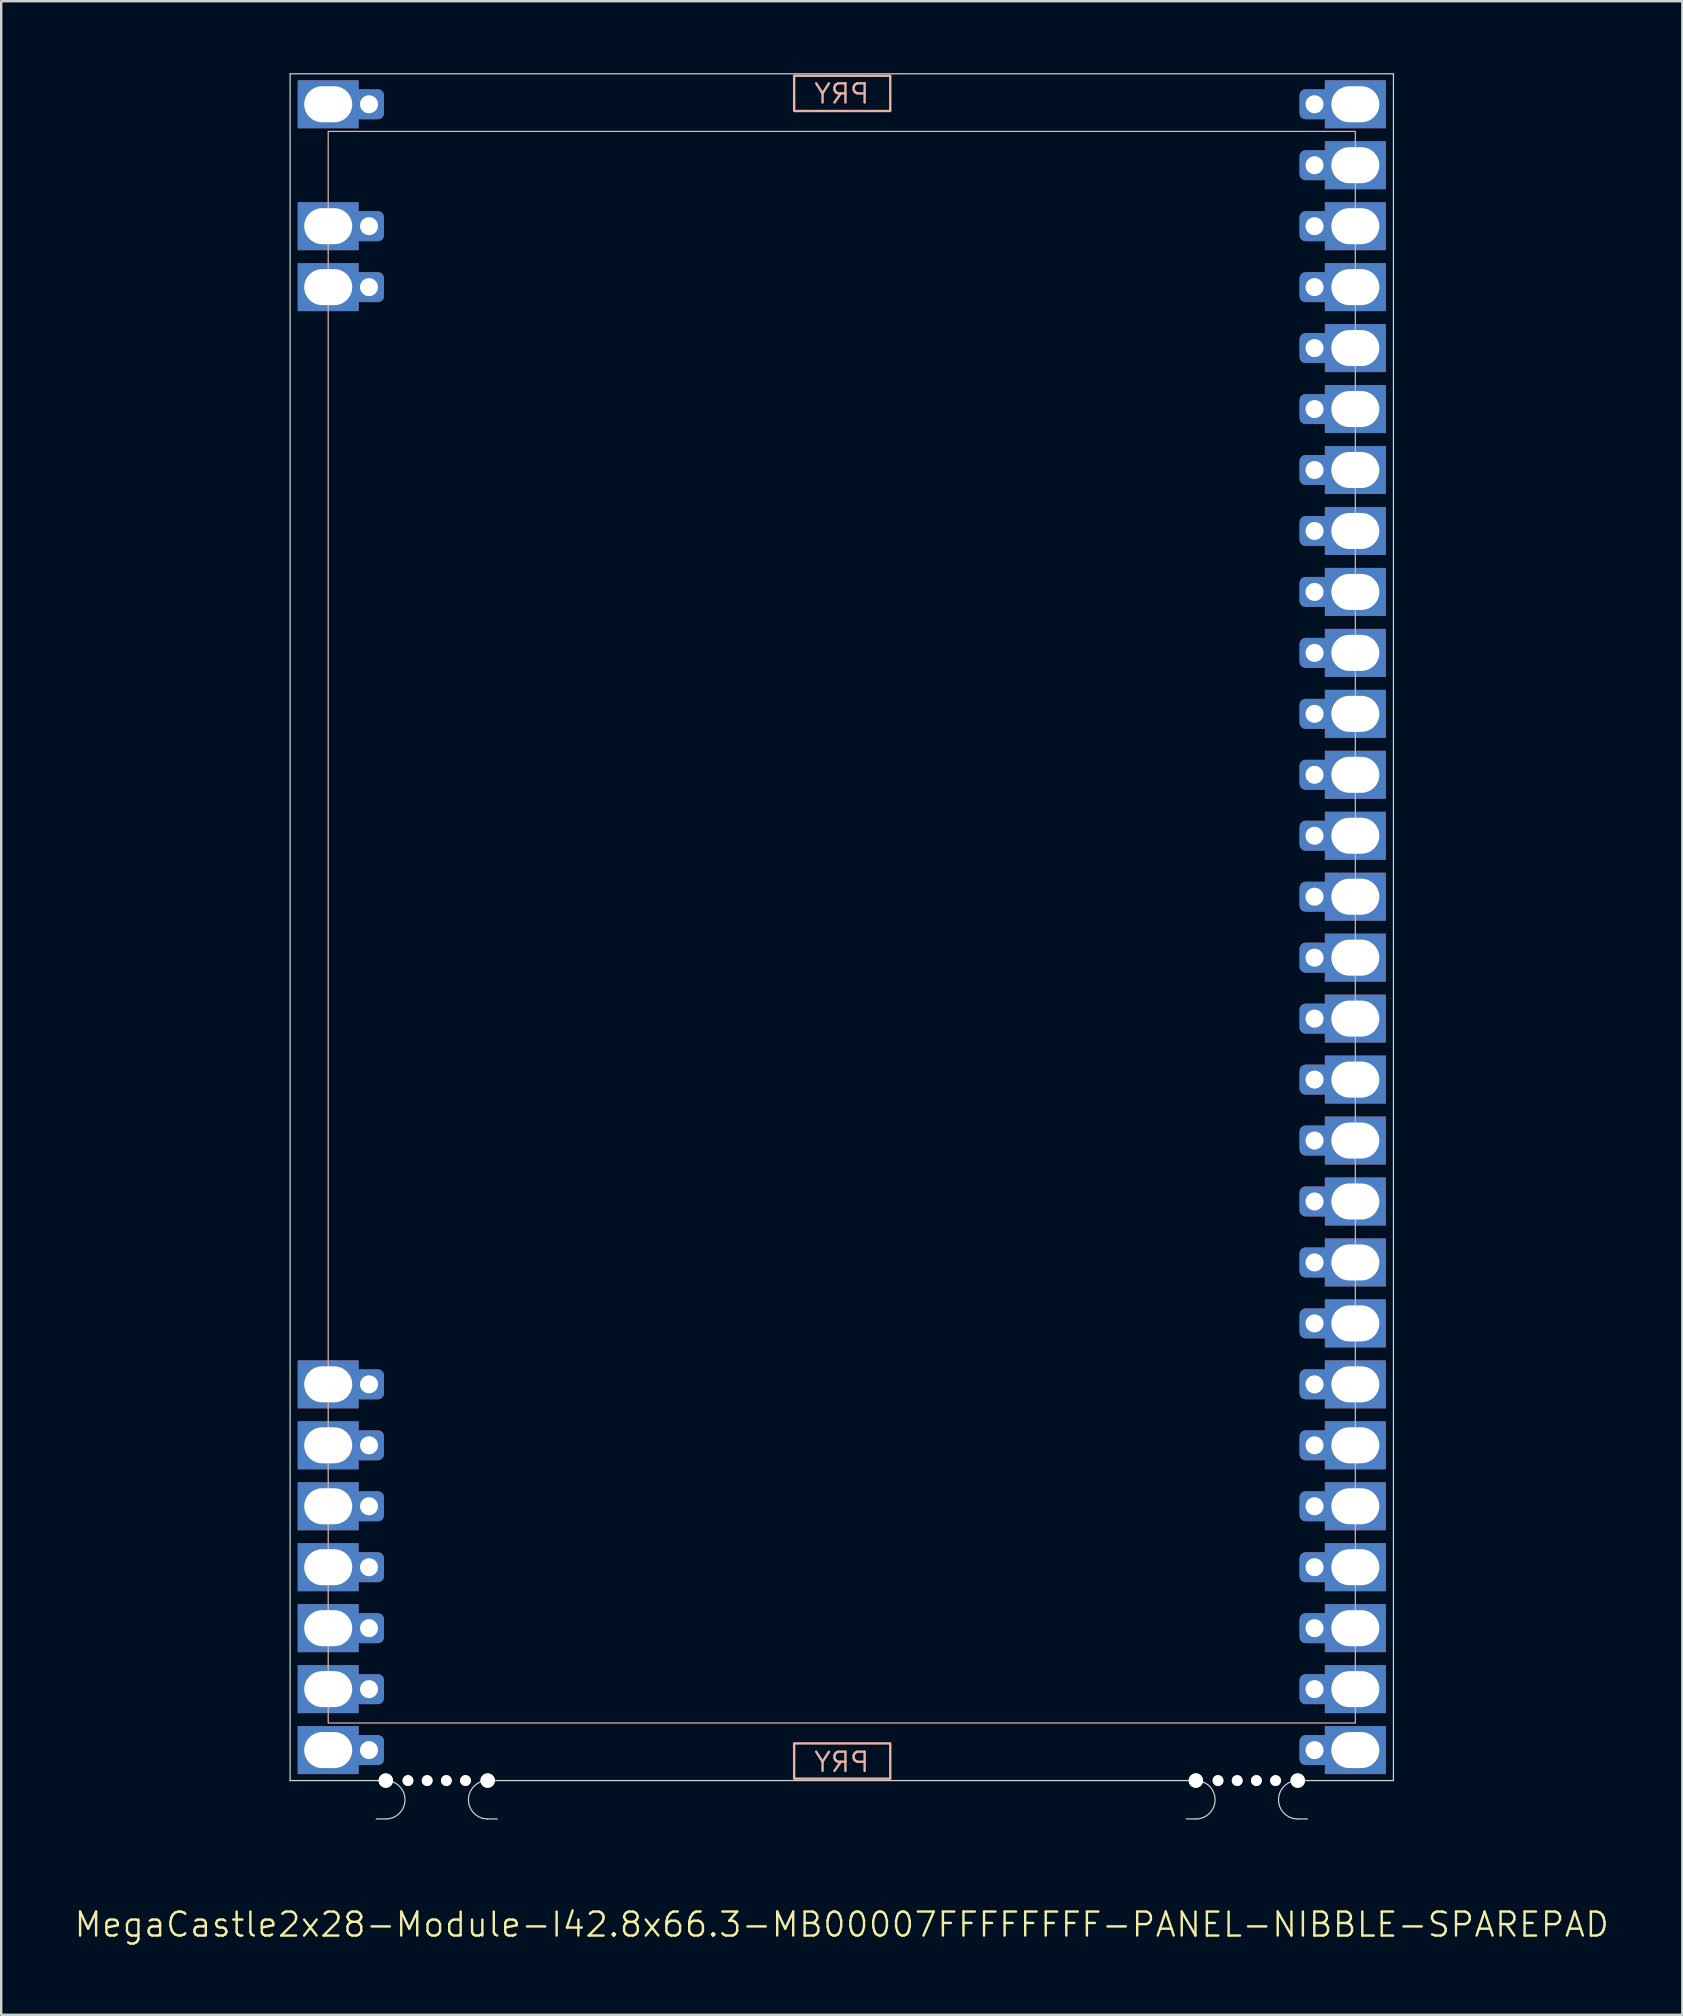
<source format=kicad_pcb>
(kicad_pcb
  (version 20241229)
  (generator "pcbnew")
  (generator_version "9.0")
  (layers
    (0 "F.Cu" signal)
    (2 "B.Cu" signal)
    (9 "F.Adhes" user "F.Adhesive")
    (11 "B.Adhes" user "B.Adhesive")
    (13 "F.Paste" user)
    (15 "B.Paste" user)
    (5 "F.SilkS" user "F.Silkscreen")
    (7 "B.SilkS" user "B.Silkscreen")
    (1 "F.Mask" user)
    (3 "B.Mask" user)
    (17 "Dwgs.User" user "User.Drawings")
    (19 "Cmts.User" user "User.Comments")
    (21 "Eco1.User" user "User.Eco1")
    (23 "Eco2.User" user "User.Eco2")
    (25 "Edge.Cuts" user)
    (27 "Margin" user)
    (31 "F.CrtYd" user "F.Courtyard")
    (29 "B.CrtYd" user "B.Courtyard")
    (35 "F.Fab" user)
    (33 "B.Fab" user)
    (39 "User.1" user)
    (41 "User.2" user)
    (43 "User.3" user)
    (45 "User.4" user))
  (footprint "MegaCastle2x28-Module-I42.8x66.3-MB00007FFFFFFFF-PANEL-NIBBLE-SPAREPAD"
    (layer "F.Cu")
    (at 32.026 35.585)
    (property "Reference" "MegaCastle2x28-Module-I42.8x66.3-MB00007FFFFFFFF-PANEL-NIBBLE-SPAREPAD" (at 0 41.56 0) (unlocked yes) (layer "F.SilkS") (effects (font (size 1 1) (thickness 0.1))))
    (attr smd)
    (fp_rect (start -21.4 33.16) (end 21.4 -33.16) (stroke (width 0.05) (type default)) (fill no) (layer "B.SilkS"))
    (fp_rect (start -1.984 -34.011) (end 2.02 -35.48) (stroke (width 0.1) (type default)) (fill no) (layer "B.SilkS"))
    (fp_rect (start -1.984 34.011) (end 2.02 35.48) (stroke (width 0.1) (type default)) (fill no) (layer "B.SilkS"))
    (fp_line (start -22.987 -35.56) (end -22.987 35.56) (stroke (width 0.05) (type default)) (layer "Edge.Cuts"))
    (fp_line (start -22.987 -35.56) (end 22.987 -35.56) (stroke (width 0.05) (type default)) (layer "Edge.Cuts"))
    (fp_line (start -22.987 35.56) (end -19.4 35.56) (stroke (width 0.05) (type default)) (layer "Edge.Cuts"))
    (fp_line (start -19.4 35.56) (end -19 35.56) (stroke (width 0.05) (type default)) (layer "Edge.Cuts"))
    (fp_line (start -19.4 37.16) (end -19 37.16) (stroke (width 0.05) (type default)) (layer "Edge.Cuts"))
    (fp_line (start -14.355 35.56) (end -14.755 35.56) (stroke (width 0.05) (type default)) (layer "Edge.Cuts"))
    (fp_line (start -14.355 35.56) (end 14.355 35.56) (stroke (width 0.05) (type default)) (layer "Edge.Cuts"))
    (fp_line (start -14.355 37.16) (end -14.755 37.16) (stroke (width 0.05) (type default)) (layer "Edge.Cuts"))
    (fp_line (start 14.355 35.56) (end 14.755 35.56) (stroke (width 0.05) (type default)) (layer "Edge.Cuts"))
    (fp_line (start 14.355 37.16) (end 14.755 37.16) (stroke (width 0.05) (type default)) (layer "Edge.Cuts"))
    (fp_line (start 19.4 35.56) (end 19 35.56) (stroke (width 0.05) (type default)) (layer "Edge.Cuts"))
    (fp_line (start 19.4 35.56) (end 22.987 35.56) (stroke (width 0.05) (type default)) (layer "Edge.Cuts"))
    (fp_line (start 19.4 37.16) (end 19 37.16) (stroke (width 0.05) (type default)) (layer "Edge.Cuts"))
    (fp_line (start 22.987 -35.56) (end 22.987 35.56) (stroke (width 0.05) (type default)) (layer "Edge.Cuts"))
    (fp_arc (start -19 35.560001) (mid -18.199999 36.360001) (end -19 37.16) (stroke (width 0.05) (type default)) (layer "Edge.Cuts"))
    (fp_arc (start -14.754999 37.16) (mid -15.554999 36.360001) (end -14.754999 35.560001) (stroke (width 0.05) (type default)) (layer "Edge.Cuts"))
    (fp_arc (start 14.754997 35.560001) (mid 15.554997 36.360001) (end 14.754997 37.16) (stroke (width 0.05) (type default)) (layer "Edge.Cuts"))
    (fp_arc (start 18.999998 37.16) (mid 18.2 36.36) (end 18.999998 35.560001) (stroke (width 0.05) (type default)) (layer "Edge.Cuts"))
    (fp_text user "PRY" (at 0 35.26 0) (unlocked yes) (layer "B.SilkS") (effects (font (size 0.8 0.8) (thickness 0.1)) (justify bottom mirror)))
    (fp_text user "PRY" (at 0 -34.26 0) (unlocked yes) (layer "B.SilkS") (effects (font (size 0.8 0.8) (thickness 0.1)) (justify bottom mirror)))
    (pad "" np_thru_hole circle (at -19 35.56) (size 0.6 0.6) (drill 0.6) (layers "*.Cu" "Edge.Cuts"))
    (pad "" np_thru_hole circle (at -18.077 35.56) (size 0.45 0.45) (drill 0.45) (layers "*.Cu" "Edge.Cuts"))
    (pad "" np_thru_hole circle (at -17.277 35.56) (size 0.45 0.45) (drill 0.45) (layers "*.Cu" "Edge.Cuts"))
    (pad "" np_thru_hole circle (at -16.477 35.56) (size 0.45 0.45) (drill 0.45) (layers "*.Cu" "Edge.Cuts"))
    (pad "" np_thru_hole circle (at -15.678 35.56) (size 0.45 0.45) (drill 0.45) (layers "*.Cu" "Edge.Cuts"))
    (pad "" np_thru_hole circle (at -14.755 35.56) (size 0.6 0.6) (drill 0.6) (layers "*.Cu" "Edge.Cuts"))
    (pad "" np_thru_hole circle (at 14.755 35.56) (size 0.6 0.6) (drill 0.6) (layers "*.Cu" "Edge.Cuts"))
    (pad "" np_thru_hole circle (at 15.677 35.56) (size 0.45 0.45) (drill 0.45) (layers "*.Cu" "Edge.Cuts"))
    (pad "" np_thru_hole circle (at 16.477 35.56) (size 0.45 0.45) (drill 0.45) (layers "*.Cu" "Edge.Cuts"))
    (pad "" np_thru_hole circle (at 17.277 35.56) (size 0.45 0.45) (drill 0.45) (layers "*.Cu" "Edge.Cuts"))
    (pad "" np_thru_hole circle (at 18.077 35.56) (size 0.45 0.45) (drill 0.45) (layers "*.Cu" "Edge.Cuts"))
    (pad "" np_thru_hole circle (at 19 35.56) (size 0.6 0.6) (drill 0.6) (layers "*.Cu" "Edge.Cuts"))
    (pad "1" thru_hole rect (at -21.4 -34.29) (size 2.54 2) (drill oval 2 1.5) (property pad_prop_castellated) (layers "*.Cu" "*.Mask"))
    (pad "1" thru_hole roundrect (at -19.7 -34.29 180) (size 1.25 1.25) (drill 0.75) (layers "*.Cu" "*.Mask") (roundrect_rratio 0.2))
    (pad "3" thru_hole rect (at -21.4 -29.21) (size 2.54 2) (drill oval 2 1.5) (property pad_prop_castellated) (layers "*.Cu" "*.Mask"))
    (pad "3" thru_hole roundrect (at -19.7 -29.21 180) (size 1.25 1.25) (drill 0.75) (layers "*.Cu" "*.Mask") (roundrect_rratio 0.2))
    (pad "4" thru_hole rect (at -21.4 -26.67) (size 2.54 2) (drill oval 2 1.5) (property pad_prop_castellated) (layers "*.Cu" "*.Mask"))
    (pad "4" thru_hole roundrect (at -19.7 -26.67 180) (size 1.25 1.25) (drill 0.75) (layers "*.Cu" "*.Mask") (roundrect_rratio 0.2))
    (pad "22" thru_hole rect (at -21.4 19.05) (size 2.54 2) (drill oval 2 1.5) (property pad_prop_castellated) (layers "*.Cu" "*.Mask"))
    (pad "22" thru_hole roundrect (at -19.7 19.05 180) (size 1.25 1.25) (drill 0.75) (layers "*.Cu" "*.Mask") (roundrect_rratio 0.2))
    (pad "23" thru_hole rect (at -21.4 21.59) (size 2.54 2) (drill oval 2 1.5) (property pad_prop_castellated) (layers "*.Cu" "*.Mask"))
    (pad "23" thru_hole roundrect (at -19.7 21.59 180) (size 1.25 1.25) (drill 0.75) (layers "*.Cu" "*.Mask") (roundrect_rratio 0.2))
    (pad "24" thru_hole rect (at -21.4 24.13) (size 2.54 2) (drill oval 2 1.5) (property pad_prop_castellated) (layers "*.Cu" "*.Mask"))
    (pad "24" thru_hole roundrect (at -19.7 24.13 180) (size 1.25 1.25) (drill 0.75) (layers "*.Cu" "*.Mask") (roundrect_rratio 0.2))
    (pad "25" thru_hole rect (at -21.4 26.67) (size 2.54 2) (drill oval 2 1.5) (property pad_prop_castellated) (layers "*.Cu" "*.Mask"))
    (pad "25" thru_hole roundrect (at -19.7 26.67 180) (size 1.25 1.25) (drill 0.75) (layers "*.Cu" "*.Mask") (roundrect_rratio 0.2))
    (pad "26" thru_hole rect (at -21.4 29.21) (size 2.54 2) (drill oval 2 1.5) (property pad_prop_castellated) (layers "*.Cu" "*.Mask"))
    (pad "26" thru_hole roundrect (at -19.7 29.21 180) (size 1.25 1.25) (drill 0.75) (layers "*.Cu" "*.Mask") (roundrect_rratio 0.2))
    (pad "27" thru_hole rect (at -21.4 31.75) (size 2.54 2) (drill oval 2 1.5) (property pad_prop_castellated) (layers "*.Cu" "*.Mask"))
    (pad "27" thru_hole roundrect (at -19.7 31.75 180) (size 1.25 1.25) (drill 0.75) (layers "*.Cu" "*.Mask") (roundrect_rratio 0.2))
    (pad "28" thru_hole rect (at -21.4 34.29) (size 2.54 2) (drill oval 2 1.5) (property pad_prop_castellated) (layers "*.Cu" "*.Mask"))
    (pad "28" thru_hole roundrect (at -19.7 34.29 180) (size 1.25 1.25) (drill 0.75) (layers "*.Cu" "*.Mask") (roundrect_rratio 0.2))
    (pad "29" thru_hole roundrect (at 19.7 -34.29 180) (size 1.25 1.25) (drill 0.75) (layers "*.Cu" "*.Mask") (roundrect_rratio 0.2))
    (pad "29" thru_hole rect (at 21.4 -34.29) (size 2.54 2) (drill oval 2 1.5) (property pad_prop_castellated) (layers "*.Cu" "*.Mask"))
    (pad "30" thru_hole roundrect (at 19.7 -31.75 180) (size 1.25 1.25) (drill 0.75) (layers "*.Cu" "*.Mask") (roundrect_rratio 0.2))
    (pad "30" thru_hole rect (at 21.4 -31.75) (size 2.54 2) (drill oval 2 1.5) (property pad_prop_castellated) (layers "*.Cu" "*.Mask"))
    (pad "31" thru_hole roundrect (at 19.7 -29.21 180) (size 1.25 1.25) (drill 0.75) (layers "*.Cu" "*.Mask") (roundrect_rratio 0.2))
    (pad "31" thru_hole rect (at 21.4 -29.21) (size 2.54 2) (drill oval 2 1.5) (property pad_prop_castellated) (layers "*.Cu" "*.Mask"))
    (pad "32" thru_hole roundrect (at 19.7 -26.67 180) (size 1.25 1.25) (drill 0.75) (layers "*.Cu" "*.Mask") (roundrect_rratio 0.2))
    (pad "32" thru_hole rect (at 21.4 -26.67) (size 2.54 2) (drill oval 2 1.5) (property pad_prop_castellated) (layers "*.Cu" "*.Mask"))
    (pad "33" thru_hole roundrect (at 19.7 -24.13 180) (size 1.25 1.25) (drill 0.75) (layers "*.Cu" "*.Mask") (roundrect_rratio 0.2))
    (pad "33" thru_hole rect (at 21.4 -24.13) (size 2.54 2) (drill oval 2 1.5) (property pad_prop_castellated) (layers "*.Cu" "*.Mask"))
    (pad "34" thru_hole roundrect (at 19.7 -21.59 180) (size 1.25 1.25) (drill 0.75) (layers "*.Cu" "*.Mask") (roundrect_rratio 0.2))
    (pad "34" thru_hole rect (at 21.4 -21.59) (size 2.54 2) (drill oval 2 1.5) (property pad_prop_castellated) (layers "*.Cu" "*.Mask"))
    (pad "35" thru_hole roundrect (at 19.7 -19.05 180) (size 1.25 1.25) (drill 0.75) (layers "*.Cu" "*.Mask") (roundrect_rratio 0.2))
    (pad "35" thru_hole rect (at 21.4 -19.05) (size 2.54 2) (drill oval 2 1.5) (property pad_prop_castellated) (layers "*.Cu" "*.Mask"))
    (pad "36" thru_hole roundrect (at 19.7 -16.51 180) (size 1.25 1.25) (drill 0.75) (layers "*.Cu" "*.Mask") (roundrect_rratio 0.2))
    (pad "36" thru_hole rect (at 21.4 -16.51) (size 2.54 2) (drill oval 2 1.5) (property pad_prop_castellated) (layers "*.Cu" "*.Mask"))
    (pad "37" thru_hole roundrect (at 19.7 -13.97 180) (size 1.25 1.25) (drill 0.75) (layers "*.Cu" "*.Mask") (roundrect_rratio 0.2))
    (pad "37" thru_hole rect (at 21.4 -13.97) (size 2.54 2) (drill oval 2 1.5) (property pad_prop_castellated) (layers "*.Cu" "*.Mask"))
    (pad "38" thru_hole roundrect (at 19.7 -11.43 180) (size 1.25 1.25) (drill 0.75) (layers "*.Cu" "*.Mask") (roundrect_rratio 0.2))
    (pad "38" thru_hole rect (at 21.4 -11.43) (size 2.54 2) (drill oval 2 1.5) (property pad_prop_castellated) (layers "*.Cu" "*.Mask"))
    (pad "39" thru_hole roundrect (at 19.7 -8.89 180) (size 1.25 1.25) (drill 0.75) (layers "*.Cu" "*.Mask") (roundrect_rratio 0.2))
    (pad "39" thru_hole rect (at 21.4 -8.89) (size 2.54 2) (drill oval 2 1.5) (property pad_prop_castellated) (layers "*.Cu" "*.Mask"))
    (pad "40" thru_hole roundrect (at 19.7 -6.35 180) (size 1.25 1.25) (drill 0.75) (layers "*.Cu" "*.Mask") (roundrect_rratio 0.2))
    (pad "40" thru_hole rect (at 21.4 -6.35) (size 2.54 2) (drill oval 2 1.5) (property pad_prop_castellated) (layers "*.Cu" "*.Mask"))
    (pad "41" thru_hole roundrect (at 19.7 -3.81 180) (size 1.25 1.25) (drill 0.75) (layers "*.Cu" "*.Mask") (roundrect_rratio 0.2))
    (pad "41" thru_hole rect (at 21.4 -3.81) (size 2.54 2) (drill oval 2 1.5) (property pad_prop_castellated) (layers "*.Cu" "*.Mask"))
    (pad "42" thru_hole roundrect (at 19.7 -1.27 180) (size 1.25 1.25) (drill 0.75) (layers "*.Cu" "*.Mask") (roundrect_rratio 0.2))
    (pad "42" thru_hole rect (at 21.4 -1.27) (size 2.54 2) (drill oval 2 1.5) (property pad_prop_castellated) (layers "*.Cu" "*.Mask"))
    (pad "43" thru_hole roundrect (at 19.7 1.27 180) (size 1.25 1.25) (drill 0.75) (layers "*.Cu" "*.Mask") (roundrect_rratio 0.2))
    (pad "43" thru_hole rect (at 21.4 1.27) (size 2.54 2) (drill oval 2 1.5) (property pad_prop_castellated) (layers "*.Cu" "*.Mask"))
    (pad "44" thru_hole roundrect (at 19.7 3.81 180) (size 1.25 1.25) (drill 0.75) (layers "*.Cu" "*.Mask") (roundrect_rratio 0.2))
    (pad "44" thru_hole rect (at 21.4 3.81) (size 2.54 2) (drill oval 2 1.5) (property pad_prop_castellated) (layers "*.Cu" "*.Mask"))
    (pad "45" thru_hole roundrect (at 19.7 6.35 180) (size 1.25 1.25) (drill 0.75) (layers "*.Cu" "*.Mask") (roundrect_rratio 0.2))
    (pad "45" thru_hole rect (at 21.4 6.35) (size 2.54 2) (drill oval 2 1.5) (property pad_prop_castellated) (layers "*.Cu" "*.Mask"))
    (pad "46" thru_hole roundrect (at 19.7 8.89 180) (size 1.25 1.25) (drill 0.75) (layers "*.Cu" "*.Mask") (roundrect_rratio 0.2))
    (pad "46" thru_hole rect (at 21.4 8.89) (size 2.54 2) (drill oval 2 1.5) (property pad_prop_castellated) (layers "*.Cu" "*.Mask"))
    (pad "47" thru_hole roundrect (at 19.7 11.43 180) (size 1.25 1.25) (drill 0.75) (layers "*.Cu" "*.Mask") (roundrect_rratio 0.2))
    (pad "47" thru_hole rect (at 21.4 11.43) (size 2.54 2) (drill oval 2 1.5) (property pad_prop_castellated) (layers "*.Cu" "*.Mask"))
    (pad "48" thru_hole roundrect (at 19.7 13.97 180) (size 1.25 1.25) (drill 0.75) (layers "*.Cu" "*.Mask") (roundrect_rratio 0.2))
    (pad "48" thru_hole rect (at 21.4 13.97) (size 2.54 2) (drill oval 2 1.5) (property pad_prop_castellated) (layers "*.Cu" "*.Mask"))
    (pad "49" thru_hole roundrect (at 19.7 16.51 180) (size 1.25 1.25) (drill 0.75) (layers "*.Cu" "*.Mask") (roundrect_rratio 0.2))
    (pad "49" thru_hole rect (at 21.4 16.51) (size 2.54 2) (drill oval 2 1.5) (property pad_prop_castellated) (layers "*.Cu" "*.Mask"))
    (pad "50" thru_hole roundrect (at 19.7 19.05 180) (size 1.25 1.25) (drill 0.75) (layers "*.Cu" "*.Mask") (roundrect_rratio 0.2))
    (pad "50" thru_hole rect (at 21.4 19.05) (size 2.54 2) (drill oval 2 1.5) (property pad_prop_castellated) (layers "*.Cu" "*.Mask"))
    (pad "51" thru_hole roundrect (at 19.7 21.59 180) (size 1.25 1.25) (drill 0.75) (layers "*.Cu" "*.Mask") (roundrect_rratio 0.2))
    (pad "51" thru_hole rect (at 21.4 21.59) (size 2.54 2) (drill oval 2 1.5) (property pad_prop_castellated) (layers "*.Cu" "*.Mask"))
    (pad "52" thru_hole roundrect (at 19.7 24.13 180) (size 1.25 1.25) (drill 0.75) (layers "*.Cu" "*.Mask") (roundrect_rratio 0.2))
    (pad "52" thru_hole rect (at 21.4 24.13) (size 2.54 2) (drill oval 2 1.5) (property pad_prop_castellated) (layers "*.Cu" "*.Mask"))
    (pad "53" thru_hole roundrect (at 19.7 26.67 180) (size 1.25 1.25) (drill 0.75) (layers "*.Cu" "*.Mask") (roundrect_rratio 0.2))
    (pad "53" thru_hole rect (at 21.4 26.67) (size 2.54 2) (drill oval 2 1.5) (property pad_prop_castellated) (layers "*.Cu" "*.Mask"))
    (pad "54" thru_hole roundrect (at 19.7 29.21 180) (size 1.25 1.25) (drill 0.75) (layers "*.Cu" "*.Mask") (roundrect_rratio 0.2))
    (pad "54" thru_hole rect (at 21.4 29.21) (size 2.54 2) (drill oval 2 1.5) (property pad_prop_castellated) (layers "*.Cu" "*.Mask"))
    (pad "55" thru_hole roundrect (at 19.7 31.75 180) (size 1.25 1.25) (drill 0.75) (layers "*.Cu" "*.Mask") (roundrect_rratio 0.2))
    (pad "55" thru_hole rect (at 21.4 31.75) (size 2.54 2) (drill oval 2 1.5) (property pad_prop_castellated) (layers "*.Cu" "*.Mask"))
    (pad "56" thru_hole roundrect (at 19.7 34.29 180) (size 1.25 1.25) (drill 0.75) (layers "*.Cu" "*.Mask") (roundrect_rratio 0.2))
    (pad "56" thru_hole rect (at 21.4 34.29) (size 2.54 2) (drill oval 2 1.5) (property pad_prop_castellated) (layers "*.Cu" "*.Mask"))
    (zone (net_name "") (layer "B.Cu") (hatch edge 0.5) (connect_pads) (min_thickness 0.25) (filled_areas_thickness no) (keepout (tracks allowed) (vias allowed) (pads allowed) (copperpour allowed) (footprints not_allowed)) (placement (enabled no)) (fill) (polygon (pts (xy 10.626 71.145) (xy 10.626 0.025))))
    (zone (net_name "") (layer "B.Cu") (hatch edge 0.5) (connect_pads) (min_thickness 0.25) (filled_areas_thickness no) (keepout (tracks allowed) (vias allowed) (pads allowed) (copperpour allowed) (footprints not_allowed)) (placement (enabled no)) (fill) (polygon (pts (xy 53.426 71.145) (xy 53.426 0.025))))
    (zone (net_name "") (layer "B.Cu") (hatch edge 0.5) (connect_pads) (min_thickness 0.25) (filled_areas_thickness no) (keepout (tracks allowed) (vias allowed) (pads allowed) (copperpour allowed) (footprints not_allowed)) (placement (enabled no)) (fill) (polygon (pts (xy 10.626 0.025) (xy 10.626 2.425) (xy 53.426 2.425) (xy 53.426 0.025))))
    (zone (net_name "") (layer "B.Cu") (hatch edge 0.5) (connect_pads) (min_thickness 0.25) (filled_areas_thickness no) (keepout (tracks allowed) (vias allowed) (pads allowed) (copperpour allowed) (footprints not_allowed)) (placement (enabled no)) (fill) (polygon (pts (xy 10.626 71.145) (xy 10.626 68.745) (xy 53.426 68.745) (xy 53.426 71.145))))
    (zone (net_name "") (layer "B.Cu") (name "Upper Pry Zone") (hatch edge 0.5) (connect_pads) (min_thickness 0.25) (filled_areas_thickness no) (keepout (tracks not_allowed) (vias not_allowed) (pads not_allowed) (copperpour allowed) (footprints not_allowed)) (placement (enabled no)) (fill) (polygon (pts (xy 30.042 1.574) (xy 30.042 0.105) (xy 34.046 0.105) (xy 34.046 1.574))))
    (zone (net_name "") (layer "B.Cu") (name "Upper Pry Zone") (hatch edge 0.5) (connect_pads) (min_thickness 0.25) (filled_areas_thickness no) (keepout (tracks not_allowed) (vias not_allowed) (pads not_allowed) (copperpour allowed) (footprints not_allowed)) (placement (enabled no)) (fill) (polygon (pts (xy 30.042 69.596) (xy 30.042 71.065) (xy 34.046 71.065) (xy 34.046 69.596)))))
  (gr_rect
    (start -3 -3)
    (end 67.052 80.906)
    (stroke (width 0.1) (type default))
    (fill no)
    (layer "Edge.Cuts")))
</source>
